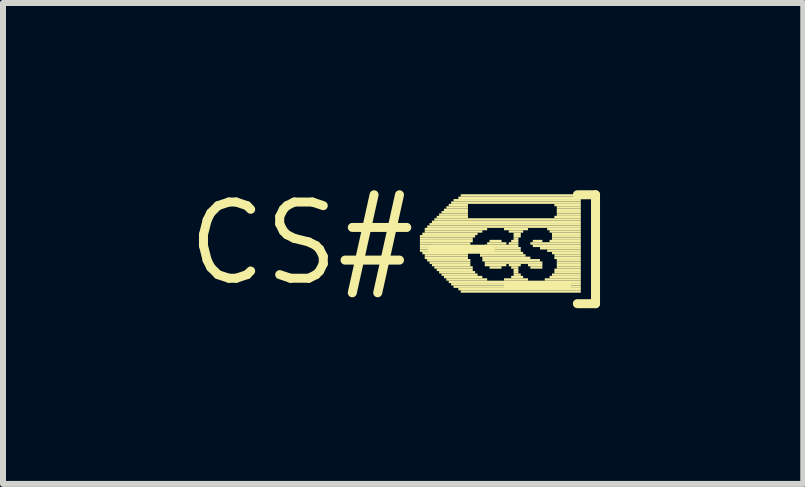
<source format=kicad_pcb>
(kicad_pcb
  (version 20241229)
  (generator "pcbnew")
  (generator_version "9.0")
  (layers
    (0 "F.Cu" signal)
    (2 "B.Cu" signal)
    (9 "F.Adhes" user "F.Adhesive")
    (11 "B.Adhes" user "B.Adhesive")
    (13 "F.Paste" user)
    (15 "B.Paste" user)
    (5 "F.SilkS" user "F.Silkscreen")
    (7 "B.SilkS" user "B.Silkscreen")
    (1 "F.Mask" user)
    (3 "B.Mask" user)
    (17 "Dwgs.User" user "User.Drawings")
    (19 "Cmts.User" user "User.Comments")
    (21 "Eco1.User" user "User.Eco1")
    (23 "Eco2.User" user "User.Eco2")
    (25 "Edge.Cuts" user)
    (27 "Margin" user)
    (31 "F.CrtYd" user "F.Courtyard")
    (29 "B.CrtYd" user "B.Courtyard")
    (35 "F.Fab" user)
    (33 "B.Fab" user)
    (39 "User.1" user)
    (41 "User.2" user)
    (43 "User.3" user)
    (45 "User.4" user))
  (footprint "CS#-_]"
    (layer "F.Cu")
    (at 3.666 1.006)
    (property "Reference" "CS#-_]" (at 0 0 0) (layer "F.SilkS") (effects (font (size 1.27 1.27) (thickness 0.15))))
    (fp_poly (pts (xy 0.28 -0.1) (xy 1.2 -0.1) (xy 1.2 -0.14) (xy 0.28 -0.14)) (stroke (width 0) (type solid)) (fill yes) (layer "F.SilkS"))
    (fp_poly (pts (xy 0.28 -0.06) (xy 1.16 -0.06) (xy 1.16 -0.1) (xy 0.28 -0.1)) (stroke (width 0) (type solid)) (fill yes) (layer "F.SilkS"))
    (fp_poly (pts (xy 0.28 -0.02) (xy 1.16 -0.02) (xy 1.16 -0.06) (xy 0.28 -0.06)) (stroke (width 0) (type solid)) (fill yes) (layer "F.SilkS"))
    (fp_poly (pts (xy 0.28 0.02) (xy 1.12 0.02) (xy 1.12 -0.02) (xy 0.28 -0.02)) (stroke (width 0) (type solid)) (fill yes) (layer "F.SilkS"))
    (fp_poly (pts (xy 0.28 0.06) (xy 1.12 0.06) (xy 1.12 0.02) (xy 0.28 0.02)) (stroke (width 0) (type solid)) (fill yes) (layer "F.SilkS"))
    (fp_poly (pts (xy 0.28 0.1) (xy 1.12 0.1) (xy 1.12 0.06) (xy 0.28 0.06)) (stroke (width 0) (type solid)) (fill yes) (layer "F.SilkS"))
    (fp_poly (pts (xy 0.28 0.14) (xy 1.08 0.14) (xy 1.08 0.1) (xy 0.28 0.1)) (stroke (width 0) (type solid)) (fill yes) (layer "F.SilkS"))
    (fp_poly (pts (xy 0.32 -0.14) (xy 1.24 -0.14) (xy 1.24 -0.18) (xy 0.32 -0.18)) (stroke (width 0) (type solid)) (fill yes) (layer "F.SilkS"))
    (fp_poly (pts (xy 0.32 0.18) (xy 1.08 0.18) (xy 1.08 0.14) (xy 0.32 0.14)) (stroke (width 0) (type solid)) (fill yes) (layer "F.SilkS"))
    (fp_poly (pts (xy 0.36 -0.22) (xy 1.4 -0.22) (xy 1.4 -0.26) (xy 0.36 -0.26)) (stroke (width 0) (type solid)) (fill yes) (layer "F.SilkS"))
    (fp_poly (pts (xy 0.36 -0.18) (xy 1.32 -0.18) (xy 1.32 -0.22) (xy 0.36 -0.22)) (stroke (width 0) (type solid)) (fill yes) (layer "F.SilkS"))
    (fp_poly (pts (xy 0.36 0.22) (xy 1.08 0.22) (xy 1.08 0.18) (xy 0.36 0.18)) (stroke (width 0) (type solid)) (fill yes) (layer "F.SilkS"))
    (fp_poly (pts (xy 0.36 0.26) (xy 1.08 0.26) (xy 1.08 0.22) (xy 0.36 0.22)) (stroke (width 0) (type solid)) (fill yes) (layer "F.SilkS"))
    (fp_poly (pts (xy 0.4 -0.26) (xy 2.96 -0.26) (xy 2.96 -0.3) (xy 0.4 -0.3)) (stroke (width 0) (type solid)) (fill yes) (layer "F.SilkS"))
    (fp_poly (pts (xy 0.4 0.3) (xy 1.12 0.3) (xy 1.12 0.26) (xy 0.4 0.26)) (stroke (width 0) (type solid)) (fill yes) (layer "F.SilkS"))
    (fp_poly (pts (xy 0.44 -0.3) (xy 2.96 -0.3) (xy 2.96 -0.34) (xy 0.44 -0.34)) (stroke (width 0) (type solid)) (fill yes) (layer "F.SilkS"))
    (fp_poly (pts (xy 0.44 0.34) (xy 1.12 0.34) (xy 1.12 0.3) (xy 0.44 0.3)) (stroke (width 0) (type solid)) (fill yes) (layer "F.SilkS"))
    (fp_poly (pts (xy 0.48 -0.34) (xy 2.96 -0.34) (xy 2.96 -0.38) (xy 0.48 -0.38)) (stroke (width 0) (type solid)) (fill yes) (layer "F.SilkS"))
    (fp_poly (pts (xy 0.48 0.38) (xy 1.12 0.38) (xy 1.12 0.34) (xy 0.48 0.34)) (stroke (width 0) (type solid)) (fill yes) (layer "F.SilkS"))
    (fp_poly (pts (xy 0.52 -0.38) (xy 2.96 -0.38) (xy 2.96 -0.42) (xy 0.52 -0.42)) (stroke (width 0) (type solid)) (fill yes) (layer "F.SilkS"))
    (fp_poly (pts (xy 0.52 0.42) (xy 1.16 0.42) (xy 1.16 0.38) (xy 0.52 0.38)) (stroke (width 0) (type solid)) (fill yes) (layer "F.SilkS"))
    (fp_poly (pts (xy 0.56 -0.42) (xy 1.08 -0.42) (xy 1.08 -0.46) (xy 0.56 -0.46)) (stroke (width 0) (type solid)) (fill yes) (layer "F.SilkS"))
    (fp_poly (pts (xy 0.56 0.46) (xy 1.16 0.46) (xy 1.16 0.42) (xy 0.56 0.42)) (stroke (width 0) (type solid)) (fill yes) (layer "F.SilkS"))
    (fp_poly (pts (xy 0.6 -0.46) (xy 1.08 -0.46) (xy 1.08 -0.5) (xy 0.6 -0.5)) (stroke (width 0) (type solid)) (fill yes) (layer "F.SilkS"))
    (fp_poly (pts (xy 0.6 0.5) (xy 1.2 0.5) (xy 1.2 0.46) (xy 0.6 0.46)) (stroke (width 0) (type solid)) (fill yes) (layer "F.SilkS"))
    (fp_poly (pts (xy 0.64 -0.5) (xy 1.08 -0.5) (xy 1.08 -0.54) (xy 0.64 -0.54)) (stroke (width 0) (type solid)) (fill yes) (layer "F.SilkS"))
    (fp_poly (pts (xy 0.64 0.54) (xy 1.24 0.54) (xy 1.24 0.5) (xy 0.64 0.5)) (stroke (width 0) (type solid)) (fill yes) (layer "F.SilkS"))
    (fp_poly (pts (xy 0.68 -0.54) (xy 1.08 -0.54) (xy 1.08 -0.58) (xy 0.68 -0.58)) (stroke (width 0) (type solid)) (fill yes) (layer "F.SilkS"))
    (fp_poly (pts (xy 0.68 0.58) (xy 1.32 0.58) (xy 1.32 0.54) (xy 0.68 0.54)) (stroke (width 0) (type solid)) (fill yes) (layer "F.SilkS"))
    (fp_poly (pts (xy 0.72 -0.58) (xy 1.08 -0.58) (xy 1.08 -0.62) (xy 0.72 -0.62)) (stroke (width 0) (type solid)) (fill yes) (layer "F.SilkS"))
    (fp_poly (pts (xy 0.72 0.62) (xy 1.4 0.62) (xy 1.4 0.58) (xy 0.72 0.58)) (stroke (width 0) (type solid)) (fill yes) (layer "F.SilkS"))
    (fp_poly (pts (xy 0.76 -0.62) (xy 1.08 -0.62) (xy 1.08 -0.66) (xy 0.76 -0.66)) (stroke (width 0) (type solid)) (fill yes) (layer "F.SilkS"))
    (fp_poly (pts (xy 0.76 0.66) (xy 2.96 0.66) (xy 2.96 0.62) (xy 0.76 0.62)) (stroke (width 0) (type solid)) (fill yes) (layer "F.SilkS"))
    (fp_poly (pts (xy 0.8 -0.66) (xy 2.96 -0.66) (xy 2.96 -0.7) (xy 0.8 -0.7)) (stroke (width 0) (type solid)) (fill yes) (layer "F.SilkS"))
    (fp_poly (pts (xy 0.8 0.7) (xy 2.96 0.7) (xy 2.96 0.66) (xy 0.8 0.66)) (stroke (width 0) (type solid)) (fill yes) (layer "F.SilkS"))
    (fp_poly (pts (xy 0.84 -0.7) (xy 2.96 -0.7) (xy 2.96 -0.74) (xy 0.84 -0.74)) (stroke (width 0) (type solid)) (fill yes) (layer "F.SilkS"))
    (fp_poly (pts (xy 0.84 0.74) (xy 2.96 0.74) (xy 2.96 0.7) (xy 0.84 0.7)) (stroke (width 0) (type solid)) (fill yes) (layer "F.SilkS"))
    (fp_poly (pts (xy 0.92 -0.74) (xy 2.96 -0.74) (xy 2.96 -0.78) (xy 0.92 -0.78)) (stroke (width 0) (type solid)) (fill yes) (layer "F.SilkS"))
    (fp_poly (pts (xy 0.92 0.78) (xy 2.96 0.78) (xy 2.96 0.74) (xy 0.92 0.74)) (stroke (width 0) (type solid)) (fill yes) (layer "F.SilkS"))
    (fp_poly (pts (xy 0.96 -0.78) (xy 2.96 -0.78) (xy 2.96 -0.82) (xy 0.96 -0.82)) (stroke (width 0) (type solid)) (fill yes) (layer "F.SilkS"))
    (fp_poly (pts (xy 0.96 0.82) (xy 2.96 0.82) (xy 2.96 0.78) (xy 0.96 0.78)) (stroke (width 0) (type solid)) (fill yes) (layer "F.SilkS"))
    (fp_poly (pts (xy 1.28 0.18) (xy 2 0.18) (xy 2 0.14) (xy 1.28 0.14)) (stroke (width 0) (type solid)) (fill yes) (layer "F.SilkS"))
    (fp_poly (pts (xy 1.28 0.22) (xy 2.04 0.22) (xy 2.04 0.18) (xy 1.28 0.18)) (stroke (width 0) (type solid)) (fill yes) (layer "F.SilkS"))
    (fp_poly (pts (xy 1.32 0.1) (xy 1.96 0.1) (xy 1.96 0.06) (xy 1.32 0.06)) (stroke (width 0) (type solid)) (fill yes) (layer "F.SilkS"))
    (fp_poly (pts (xy 1.32 0.14) (xy 1.96 0.14) (xy 1.96 0.1) (xy 1.32 0.1)) (stroke (width 0) (type solid)) (fill yes) (layer "F.SilkS"))
    (fp_poly (pts (xy 1.32 0.26) (xy 2.12 0.26) (xy 2.12 0.22) (xy 1.32 0.22)) (stroke (width 0) (type solid)) (fill yes) (layer "F.SilkS"))
    (fp_poly (pts (xy 1.32 0.3) (xy 2.28 0.3) (xy 2.28 0.26) (xy 1.32 0.26)) (stroke (width 0) (type solid)) (fill yes) (layer "F.SilkS"))
    (fp_poly (pts (xy 1.36 0.06) (xy 1.92 0.06) (xy 1.92 0.02) (xy 1.36 0.02)) (stroke (width 0) (type solid)) (fill yes) (layer "F.SilkS"))
    (fp_poly (pts (xy 1.36 0.34) (xy 2.32 0.34) (xy 2.32 0.3) (xy 1.36 0.3)) (stroke (width 0) (type solid)) (fill yes) (layer "F.SilkS"))
    (fp_poly (pts (xy 1.36 0.38) (xy 1.72 0.38) (xy 1.72 0.34) (xy 1.36 0.34)) (stroke (width 0) (type solid)) (fill yes) (layer "F.SilkS"))
    (fp_poly (pts (xy 1.4 0.02) (xy 1.72 0.02) (xy 1.72 -0.02) (xy 1.4 -0.02)) (stroke (width 0) (type solid)) (fill yes) (layer "F.SilkS"))
    (fp_poly (pts (xy 1.44 -0.02) (xy 1.64 -0.02) (xy 1.64 -0.06) (xy 1.44 -0.06)) (stroke (width 0) (type solid)) (fill yes) (layer "F.SilkS"))
    (fp_poly (pts (xy 1.44 0.42) (xy 1.64 0.42) (xy 1.64 0.38) (xy 1.44 0.38)) (stroke (width 0) (type solid)) (fill yes) (layer "F.SilkS"))
    (fp_poly (pts (xy 1.68 -0.22) (xy 2.08 -0.22) (xy 2.08 -0.26) (xy 1.68 -0.26)) (stroke (width 0) (type solid)) (fill yes) (layer "F.SilkS"))
    (fp_poly (pts (xy 1.68 0.62) (xy 2.08 0.62) (xy 2.08 0.58) (xy 1.68 0.58)) (stroke (width 0) (type solid)) (fill yes) (layer "F.SilkS"))
    (fp_poly (pts (xy 1.76 -0.18) (xy 2 -0.18) (xy 2 -0.22) (xy 1.76 -0.22)) (stroke (width 0) (type solid)) (fill yes) (layer "F.SilkS"))
    (fp_poly (pts (xy 1.76 0.02) (xy 1.92 0.02) (xy 1.92 -0.02) (xy 1.76 -0.02)) (stroke (width 0) (type solid)) (fill yes) (layer "F.SilkS"))
    (fp_poly (pts (xy 1.76 0.38) (xy 1.96 0.38) (xy 1.96 0.34) (xy 1.76 0.34)) (stroke (width 0) (type solid)) (fill yes) (layer "F.SilkS"))
    (fp_poly (pts (xy 1.8 -0.02) (xy 1.92 -0.02) (xy 1.92 -0.06) (xy 1.8 -0.06)) (stroke (width 0) (type solid)) (fill yes) (layer "F.SilkS"))
    (fp_poly (pts (xy 1.8 0.42) (xy 1.92 0.42) (xy 1.92 0.38) (xy 1.8 0.38)) (stroke (width 0) (type solid)) (fill yes) (layer "F.SilkS"))
    (fp_poly (pts (xy 1.8 0.58) (xy 2 0.58) (xy 2 0.54) (xy 1.8 0.54)) (stroke (width 0) (type solid)) (fill yes) (layer "F.SilkS"))
    (fp_poly (pts (xy 1.84 -0.14) (xy 1.96 -0.14) (xy 1.96 -0.18) (xy 1.84 -0.18)) (stroke (width 0) (type solid)) (fill yes) (layer "F.SilkS"))
    (fp_poly (pts (xy 1.84 -0.1) (xy 1.96 -0.1) (xy 1.96 -0.14) (xy 1.84 -0.14)) (stroke (width 0) (type solid)) (fill yes) (layer "F.SilkS"))
    (fp_poly (pts (xy 1.84 -0.06) (xy 1.92 -0.06) (xy 1.92 -0.1) (xy 1.84 -0.1)) (stroke (width 0) (type solid)) (fill yes) (layer "F.SilkS"))
    (fp_poly (pts (xy 1.84 0.46) (xy 1.92 0.46) (xy 1.92 0.42) (xy 1.84 0.42)) (stroke (width 0) (type solid)) (fill yes) (layer "F.SilkS"))
    (fp_poly (pts (xy 1.84 0.5) (xy 1.92 0.5) (xy 1.92 0.46) (xy 1.84 0.46)) (stroke (width 0) (type solid)) (fill yes) (layer "F.SilkS"))
    (fp_poly (pts (xy 1.84 0.54) (xy 1.96 0.54) (xy 1.96 0.5) (xy 1.84 0.5)) (stroke (width 0) (type solid)) (fill yes) (layer "F.SilkS"))
    (fp_poly (pts (xy 2.08 0.38) (xy 2.32 0.38) (xy 2.32 0.34) (xy 2.08 0.34)) (stroke (width 0) (type solid)) (fill yes) (layer "F.SilkS"))
    (fp_poly (pts (xy 2.12 0.02) (xy 2.96 0.02) (xy 2.96 -0.02) (xy 2.12 -0.02)) (stroke (width 0) (type solid)) (fill yes) (layer "F.SilkS"))
    (fp_poly (pts (xy 2.12 0.42) (xy 2.32 0.42) (xy 2.32 0.38) (xy 2.12 0.38)) (stroke (width 0) (type solid)) (fill yes) (layer "F.SilkS"))
    (fp_poly (pts (xy 2.16 -0.02) (xy 2.32 -0.02) (xy 2.32 -0.06) (xy 2.16 -0.06)) (stroke (width 0) (type solid)) (fill yes) (layer "F.SilkS"))
    (fp_poly (pts (xy 2.16 0.06) (xy 2.96 0.06) (xy 2.96 0.02) (xy 2.16 0.02)) (stroke (width 0) (type solid)) (fill yes) (layer "F.SilkS"))
    (fp_poly (pts (xy 2.28 0.1) (xy 2.96 0.1) (xy 2.96 0.06) (xy 2.28 0.06)) (stroke (width 0) (type solid)) (fill yes) (layer "F.SilkS"))
    (fp_poly (pts (xy 2.36 0.62) (xy 2.96 0.62) (xy 2.96 0.58) (xy 2.36 0.58)) (stroke (width 0) (type solid)) (fill yes) (layer "F.SilkS"))
    (fp_poly (pts (xy 2.4 -0.22) (xy 2.96 -0.22) (xy 2.96 -0.26) (xy 2.4 -0.26)) (stroke (width 0) (type solid)) (fill yes) (layer "F.SilkS"))
    (fp_poly (pts (xy 2.4 0.14) (xy 2.96 0.14) (xy 2.96 0.1) (xy 2.4 0.1)) (stroke (width 0) (type solid)) (fill yes) (layer "F.SilkS"))
    (fp_poly (pts (xy 2.44 -0.18) (xy 2.96 -0.18) (xy 2.96 -0.22) (xy 2.44 -0.22)) (stroke (width 0) (type solid)) (fill yes) (layer "F.SilkS"))
    (fp_poly (pts (xy 2.44 -0.02) (xy 2.96 -0.02) (xy 2.96 -0.06) (xy 2.44 -0.06)) (stroke (width 0) (type solid)) (fill yes) (layer "F.SilkS"))
    (fp_poly (pts (xy 2.44 0.58) (xy 2.96 0.58) (xy 2.96 0.54) (xy 2.44 0.54)) (stroke (width 0) (type solid)) (fill yes) (layer "F.SilkS"))
    (fp_poly (pts (xy 2.48 -0.14) (xy 2.96 -0.14) (xy 2.96 -0.18) (xy 2.48 -0.18)) (stroke (width 0) (type solid)) (fill yes) (layer "F.SilkS"))
    (fp_poly (pts (xy 2.48 -0.1) (xy 2.96 -0.1) (xy 2.96 -0.14) (xy 2.48 -0.14)) (stroke (width 0) (type solid)) (fill yes) (layer "F.SilkS"))
    (fp_poly (pts (xy 2.48 -0.06) (xy 2.96 -0.06) (xy 2.96 -0.1) (xy 2.48 -0.1)) (stroke (width 0) (type solid)) (fill yes) (layer "F.SilkS"))
    (fp_poly (pts (xy 2.48 0.18) (xy 2.96 0.18) (xy 2.96 0.14) (xy 2.48 0.14)) (stroke (width 0) (type solid)) (fill yes) (layer "F.SilkS"))
    (fp_poly (pts (xy 2.48 0.54) (xy 2.96 0.54) (xy 2.96 0.5) (xy 2.48 0.5)) (stroke (width 0) (type solid)) (fill yes) (layer "F.SilkS"))
    (fp_poly (pts (xy 2.52 -0.62) (xy 2.96 -0.62) (xy 2.96 -0.66) (xy 2.52 -0.66)) (stroke (width 0) (type solid)) (fill yes) (layer "F.SilkS"))
    (fp_poly (pts (xy 2.52 -0.42) (xy 2.96 -0.42) (xy 2.96 -0.46) (xy 2.52 -0.46)) (stroke (width 0) (type solid)) (fill yes) (layer "F.SilkS"))
    (fp_poly (pts (xy 2.52 0.22) (xy 2.96 0.22) (xy 2.96 0.18) (xy 2.52 0.18)) (stroke (width 0) (type solid)) (fill yes) (layer "F.SilkS"))
    (fp_poly (pts (xy 2.52 0.26) (xy 2.96 0.26) (xy 2.96 0.22) (xy 2.52 0.22)) (stroke (width 0) (type solid)) (fill yes) (layer "F.SilkS"))
    (fp_poly (pts (xy 2.52 0.46) (xy 2.96 0.46) (xy 2.96 0.42) (xy 2.52 0.42)) (stroke (width 0) (type solid)) (fill yes) (layer "F.SilkS"))
    (fp_poly (pts (xy 2.52 0.5) (xy 2.96 0.5) (xy 2.96 0.46) (xy 2.52 0.46)) (stroke (width 0) (type solid)) (fill yes) (layer "F.SilkS"))
    (fp_poly (pts (xy 2.56 -0.58) (xy 2.96 -0.58) (xy 2.96 -0.62) (xy 2.56 -0.62)) (stroke (width 0) (type solid)) (fill yes) (layer "F.SilkS"))
    (fp_poly (pts (xy 2.56 -0.54) (xy 2.96 -0.54) (xy 2.96 -0.58) (xy 2.56 -0.58)) (stroke (width 0) (type solid)) (fill yes) (layer "F.SilkS"))
    (fp_poly (pts (xy 2.56 -0.5) (xy 2.96 -0.5) (xy 2.96 -0.54) (xy 2.56 -0.54)) (stroke (width 0) (type solid)) (fill yes) (layer "F.SilkS"))
    (fp_poly (pts (xy 2.56 -0.46) (xy 2.96 -0.46) (xy 2.96 -0.5) (xy 2.56 -0.5)) (stroke (width 0) (type solid)) (fill yes) (layer "F.SilkS"))
    (fp_poly (pts (xy 2.56 0.3) (xy 2.96 0.3) (xy 2.96 0.26) (xy 2.56 0.26)) (stroke (width 0) (type solid)) (fill yes) (layer "F.SilkS"))
    (fp_poly (pts (xy 2.56 0.34) (xy 2.96 0.34) (xy 2.96 0.3) (xy 2.56 0.3)) (stroke (width 0) (type solid)) (fill yes) (layer "F.SilkS"))
    (fp_poly (pts (xy 2.56 0.38) (xy 2.96 0.38) (xy 2.96 0.34) (xy 2.56 0.34)) (stroke (width 0) (type solid)) (fill yes) (layer "F.SilkS"))
    (fp_poly (pts (xy 2.56 0.42) (xy 2.96 0.42) (xy 2.96 0.38) (xy 2.56 0.38)) (stroke (width 0) (type solid)) (fill yes) (layer "F.SilkS")))
  (gr_rect
    (start -3 -3)
    (end 10.332 5.012)
    (stroke (width 0.1) (type default))
    (fill no)
    (layer "Edge.Cuts")))
</source>
